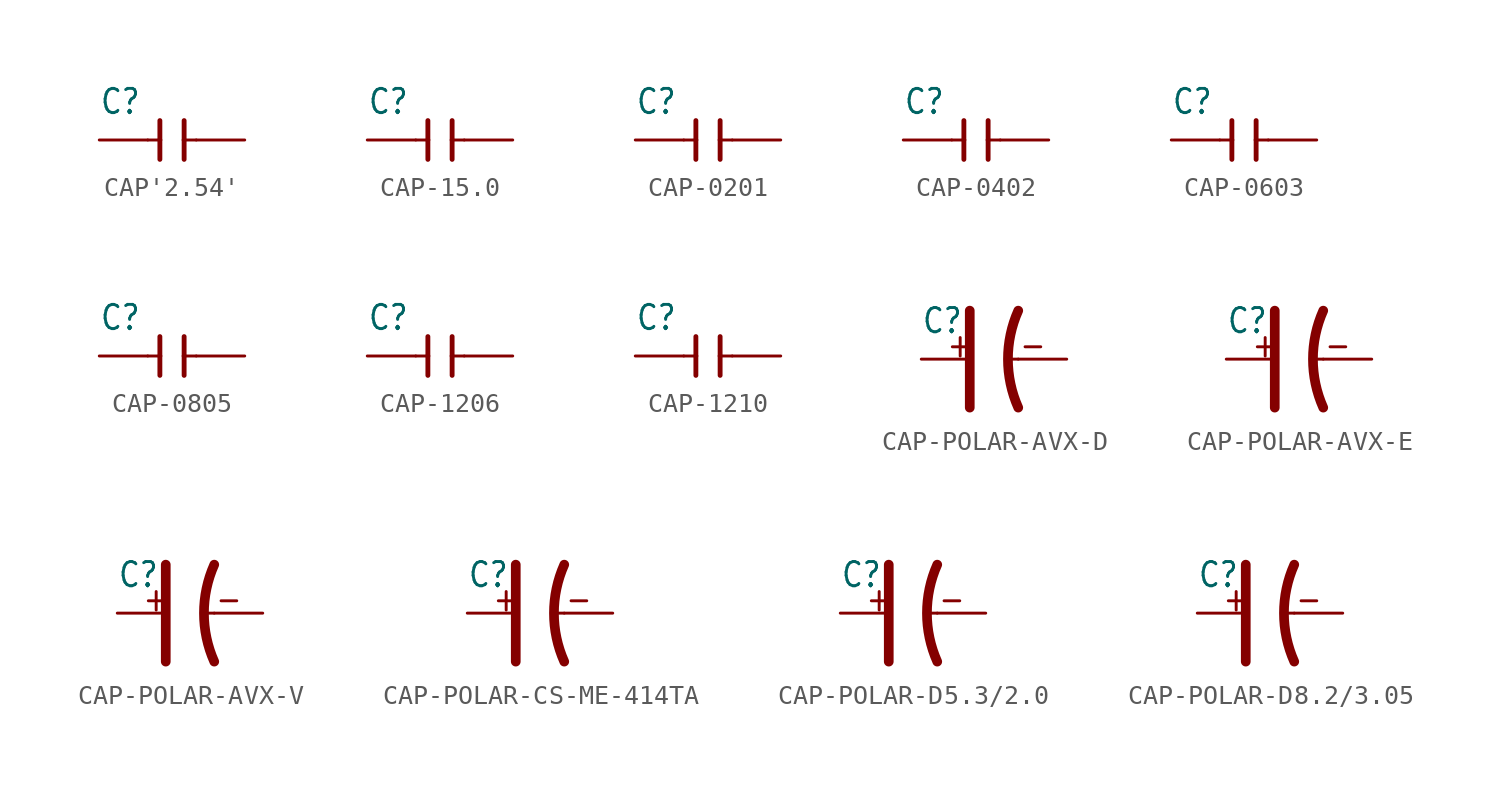
<source format=kicad_sym>
(kicad_symbol_lib
  (version 20220914)
  (generator kicad_symbol_editor)
  (symbol "CAP'2.54'"
    (property "Reference" "C"
      (at -3.81 1.27 0)
      (effects (font (size 1.27 1.079)) (justify left bottom)))
    (property "Value" ""
      (at 1.27 1.27 0)
      (effects (font (size 1.27 1.079)) (justify left bottom)))
    (property "ki_locked" ""
      (at 0 0 0)
      (effects (font (size 1.27 1.27))))
    (symbol "CAP'2.54'_1_0"
      (polyline (pts (xy -1.27 0) (xy -0.635 0)) (stroke (width 0.152) (type solid)) (fill (type none)))
      (polyline (pts (xy -0.635 -1.016) (xy -0.635 0)) (stroke (width 0.254) (type solid)) (fill (type none)))
      (polyline (pts (xy -0.635 0) (xy -0.635 1.016)) (stroke (width 0.254) (type solid)) (fill (type none)))
      (polyline (pts (xy 0.635 0) (xy 0.635 -1.016)) (stroke (width 0.254) (type solid)) (fill (type none)))
      (polyline (pts (xy 0.635 0) (xy 1.27 0)) (stroke (width 0.152) (type solid)) (fill (type none)))
      (polyline (pts (xy 0.635 1.016) (xy 0.635 0)) (stroke (width 0.254) (type solid)) (fill (type none)))
      (pin passive line (at -3.81 0 0) (length 2.54) (name "1" (effects (font (size 0 0)))) (number "1" (effects (font (size 0 0)))))
      (pin passive line (at 3.81 0 180) (length 2.54) (name "2" (effects (font (size 0 0)))) (number "2" (effects (font (size 0 0)))))))
  (symbol "CAP-15.0"
    (property "Reference" "C"
      (at -3.81 1.27 0)
      (effects (font (size 1.27 1.079)) (justify left bottom)))
    (property "Value" ""
      (at 1.27 1.27 0)
      (effects (font (size 1.27 1.079)) (justify left bottom)))
    (property "ki_locked" ""
      (at 0 0 0)
      (effects (font (size 1.27 1.27))))
    (symbol "CAP-15.0_1_0"
      (polyline (pts (xy -1.27 0) (xy -0.635 0)) (stroke (width 0.152) (type solid)) (fill (type none)))
      (polyline (pts (xy -0.635 -1.016) (xy -0.635 0)) (stroke (width 0.254) (type solid)) (fill (type none)))
      (polyline (pts (xy -0.635 0) (xy -0.635 1.016)) (stroke (width 0.254) (type solid)) (fill (type none)))
      (polyline (pts (xy 0.635 0) (xy 0.635 -1.016)) (stroke (width 0.254) (type solid)) (fill (type none)))
      (polyline (pts (xy 0.635 0) (xy 1.27 0)) (stroke (width 0.152) (type solid)) (fill (type none)))
      (polyline (pts (xy 0.635 1.016) (xy 0.635 0)) (stroke (width 0.254) (type solid)) (fill (type none)))
      (pin passive line (at -3.81 0 0) (length 2.54) (name "1" (effects (font (size 0 0)))) (number "1" (effects (font (size 0 0)))))
      (pin passive line (at 3.81 0 180) (length 2.54) (name "2" (effects (font (size 0 0)))) (number "2" (effects (font (size 0 0)))))))
  (symbol "CAP-0201"
    (property "Reference" "C"
      (at -3.81 1.27 0)
      (effects (font (size 1.27 1.079)) (justify left bottom)))
    (property "Value" ""
      (at 1.27 1.27 0)
      (effects (font (size 1.27 1.079)) (justify left bottom)))
    (property "ki_locked" ""
      (at 0 0 0)
      (effects (font (size 1.27 1.27))))
    (symbol "CAP-0201_1_0"
      (polyline (pts (xy -1.27 0) (xy -0.635 0)) (stroke (width 0.152) (type solid)) (fill (type none)))
      (polyline (pts (xy -0.635 -1.016) (xy -0.635 0)) (stroke (width 0.254) (type solid)) (fill (type none)))
      (polyline (pts (xy -0.635 0) (xy -0.635 1.016)) (stroke (width 0.254) (type solid)) (fill (type none)))
      (polyline (pts (xy 0.635 0) (xy 0.635 -1.016)) (stroke (width 0.254) (type solid)) (fill (type none)))
      (polyline (pts (xy 0.635 0) (xy 1.27 0)) (stroke (width 0.152) (type solid)) (fill (type none)))
      (polyline (pts (xy 0.635 1.016) (xy 0.635 0)) (stroke (width 0.254) (type solid)) (fill (type none)))
      (pin passive line (at -3.81 0 0) (length 2.54) (name "1" (effects (font (size 0 0)))) (number "1" (effects (font (size 0 0)))))
      (pin passive line (at 3.81 0 180) (length 2.54) (name "2" (effects (font (size 0 0)))) (number "2" (effects (font (size 0 0)))))))
  (symbol "CAP-0402"
    (property "Reference" "C"
      (at -3.81 1.27 0)
      (effects (font (size 1.27 1.079)) (justify left bottom)))
    (property "Value" ""
      (at 1.27 1.27 0)
      (effects (font (size 1.27 1.079)) (justify left bottom)))
    (property "ki_locked" ""
      (at 0 0 0)
      (effects (font (size 1.27 1.27))))
    (symbol "CAP-0402_1_0"
      (polyline (pts (xy -1.27 0) (xy -0.635 0)) (stroke (width 0.152) (type solid)) (fill (type none)))
      (polyline (pts (xy -0.635 -1.016) (xy -0.635 0)) (stroke (width 0.254) (type solid)) (fill (type none)))
      (polyline (pts (xy -0.635 0) (xy -0.635 1.016)) (stroke (width 0.254) (type solid)) (fill (type none)))
      (polyline (pts (xy 0.635 0) (xy 0.635 -1.016)) (stroke (width 0.254) (type solid)) (fill (type none)))
      (polyline (pts (xy 0.635 0) (xy 1.27 0)) (stroke (width 0.152) (type solid)) (fill (type none)))
      (polyline (pts (xy 0.635 1.016) (xy 0.635 0)) (stroke (width 0.254) (type solid)) (fill (type none)))
      (pin passive line (at -3.81 0 0) (length 2.54) (name "1" (effects (font (size 0 0)))) (number "1" (effects (font (size 0 0)))))
      (pin passive line (at 3.81 0 180) (length 2.54) (name "2" (effects (font (size 0 0)))) (number "2" (effects (font (size 0 0)))))))
  (symbol "CAP-0603"
    (property "Reference" "C"
      (at -3.81 1.27 0)
      (effects (font (size 1.27 1.079)) (justify left bottom)))
    (property "Value" ""
      (at 1.27 1.27 0)
      (effects (font (size 1.27 1.079)) (justify left bottom)))
    (property "ki_locked" ""
      (at 0 0 0)
      (effects (font (size 1.27 1.27))))
    (symbol "CAP-0603_1_0"
      (polyline (pts (xy -1.27 0) (xy -0.635 0)) (stroke (width 0.152) (type solid)) (fill (type none)))
      (polyline (pts (xy -0.635 -1.016) (xy -0.635 0)) (stroke (width 0.254) (type solid)) (fill (type none)))
      (polyline (pts (xy -0.635 0) (xy -0.635 1.016)) (stroke (width 0.254) (type solid)) (fill (type none)))
      (polyline (pts (xy 0.635 0) (xy 0.635 -1.016)) (stroke (width 0.254) (type solid)) (fill (type none)))
      (polyline (pts (xy 0.635 0) (xy 1.27 0)) (stroke (width 0.152) (type solid)) (fill (type none)))
      (polyline (pts (xy 0.635 1.016) (xy 0.635 0)) (stroke (width 0.254) (type solid)) (fill (type none)))
      (pin passive line (at -3.81 0 0) (length 2.54) (name "1" (effects (font (size 0 0)))) (number "1" (effects (font (size 0 0)))))
      (pin passive line (at 3.81 0 180) (length 2.54) (name "2" (effects (font (size 0 0)))) (number "2" (effects (font (size 0 0)))))))
  (symbol "CAP-0805"
    (property "Reference" "C"
      (at -3.81 1.27 0)
      (effects (font (size 1.27 1.079)) (justify left bottom)))
    (property "Value" ""
      (at 1.27 1.27 0)
      (effects (font (size 1.27 1.079)) (justify left bottom)))
    (property "ki_locked" ""
      (at 0 0 0)
      (effects (font (size 1.27 1.27))))
    (symbol "CAP-0805_1_0"
      (polyline (pts (xy -1.27 0) (xy -0.635 0)) (stroke (width 0.152) (type solid)) (fill (type none)))
      (polyline (pts (xy -0.635 -1.016) (xy -0.635 0)) (stroke (width 0.254) (type solid)) (fill (type none)))
      (polyline (pts (xy -0.635 0) (xy -0.635 1.016)) (stroke (width 0.254) (type solid)) (fill (type none)))
      (polyline (pts (xy 0.635 0) (xy 0.635 -1.016)) (stroke (width 0.254) (type solid)) (fill (type none)))
      (polyline (pts (xy 0.635 0) (xy 1.27 0)) (stroke (width 0.152) (type solid)) (fill (type none)))
      (polyline (pts (xy 0.635 1.016) (xy 0.635 0)) (stroke (width 0.254) (type solid)) (fill (type none)))
      (pin passive line (at -3.81 0 0) (length 2.54) (name "1" (effects (font (size 0 0)))) (number "1" (effects (font (size 0 0)))))
      (pin passive line (at 3.81 0 180) (length 2.54) (name "2" (effects (font (size 0 0)))) (number "2" (effects (font (size 0 0)))))))
  (symbol "CAP-1206"
    (property "Reference" "C"
      (at -3.81 1.27 0)
      (effects (font (size 1.27 1.079)) (justify left bottom)))
    (property "Value" ""
      (at 1.27 1.27 0)
      (effects (font (size 1.27 1.079)) (justify left bottom)))
    (property "ki_locked" ""
      (at 0 0 0)
      (effects (font (size 1.27 1.27))))
    (symbol "CAP-1206_1_0"
      (polyline (pts (xy -1.27 0) (xy -0.635 0)) (stroke (width 0.152) (type solid)) (fill (type none)))
      (polyline (pts (xy -0.635 -1.016) (xy -0.635 0)) (stroke (width 0.254) (type solid)) (fill (type none)))
      (polyline (pts (xy -0.635 0) (xy -0.635 1.016)) (stroke (width 0.254) (type solid)) (fill (type none)))
      (polyline (pts (xy 0.635 0) (xy 0.635 -1.016)) (stroke (width 0.254) (type solid)) (fill (type none)))
      (polyline (pts (xy 0.635 0) (xy 1.27 0)) (stroke (width 0.152) (type solid)) (fill (type none)))
      (polyline (pts (xy 0.635 1.016) (xy 0.635 0)) (stroke (width 0.254) (type solid)) (fill (type none)))
      (pin passive line (at -3.81 0 0) (length 2.54) (name "1" (effects (font (size 0 0)))) (number "1" (effects (font (size 0 0)))))
      (pin passive line (at 3.81 0 180) (length 2.54) (name "2" (effects (font (size 0 0)))) (number "2" (effects (font (size 0 0)))))))
  (symbol "CAP-1210"
    (property "Reference" "C"
      (at -3.81 1.27 0)
      (effects (font (size 1.27 1.079)) (justify left bottom)))
    (property "Value" ""
      (at 1.27 1.27 0)
      (effects (font (size 1.27 1.079)) (justify left bottom)))
    (property "ki_locked" ""
      (at 0 0 0)
      (effects (font (size 1.27 1.27))))
    (symbol "CAP-1210_1_0"
      (polyline (pts (xy -1.27 0) (xy -0.635 0)) (stroke (width 0.152) (type solid)) (fill (type none)))
      (polyline (pts (xy -0.635 -1.016) (xy -0.635 0)) (stroke (width 0.254) (type solid)) (fill (type none)))
      (polyline (pts (xy -0.635 0) (xy -0.635 1.016)) (stroke (width 0.254) (type solid)) (fill (type none)))
      (polyline (pts (xy 0.635 0) (xy 0.635 -1.016)) (stroke (width 0.254) (type solid)) (fill (type none)))
      (polyline (pts (xy 0.635 0) (xy 1.27 0)) (stroke (width 0.152) (type solid)) (fill (type none)))
      (polyline (pts (xy 0.635 1.016) (xy 0.635 0)) (stroke (width 0.254) (type solid)) (fill (type none)))
      (pin passive line (at -3.81 0 0) (length 2.54) (name "1" (effects (font (size 0 0)))) (number "1" (effects (font (size 0 0)))))
      (pin passive line (at 3.81 0 180) (length 2.54) (name "2" (effects (font (size 0 0)))) (number "2" (effects (font (size 0 0)))))))
  (symbol "CAP-POLAR-AVX-D"
    (property "Reference" "C"
      (at -3.81 1.27 0)
      (effects (font (size 1.27 1.079)) (justify left bottom)))
    (property "Value" ""
      (at 1.27 1.27 0)
      (effects (font (size 1.27 1.079)) (justify left bottom)))
    (property "ki_locked" ""
      (at 0 0 0)
      (effects (font (size 1.27 1.27))))
    (symbol "CAP-POLAR-AVX-D_1_0"
      (polyline (pts (xy -1.27 2.54) (xy -1.27 -2.54)) (stroke (width 0.508) (type solid)) (fill (type none)))
      (polyline (pts (xy 1.27 0) (xy 0.635 0)) (stroke (width 0.152) (type solid)) (fill (type none)))
      (arc (start 1.27 2.54) (mid 0.731 0) (end 1.27 -2.5399) (stroke (width 0.508) (type solid)) (fill (type none)))
      (text "+" (at -2.54 0 0) (effects (font (size 1.27 1.079)) (justify left bottom)))
      (text "-" (at 1.27 0 0) (effects (font (size 1.27 1.079)) (justify left bottom)))
      (pin passive line (at -3.81 0 0) (length 2.54) (name "+" (effects (font (size 0 0)))) (number "+" (effects (font (size 0 0)))))
      (pin passive line (at 3.81 0 180) (length 2.54) (name "-" (effects (font (size 0 0)))) (number "-" (effects (font (size 0 0)))))))
  (symbol "CAP-POLAR-AVX-E"
    (property "Reference" "C"
      (at -3.81 1.27 0)
      (effects (font (size 1.27 1.079)) (justify left bottom)))
    (property "Value" ""
      (at 1.27 1.27 0)
      (effects (font (size 1.27 1.079)) (justify left bottom)))
    (property "ki_locked" ""
      (at 0 0 0)
      (effects (font (size 1.27 1.27))))
    (symbol "CAP-POLAR-AVX-E_1_0"
      (polyline (pts (xy -1.27 2.54) (xy -1.27 -2.54)) (stroke (width 0.508) (type solid)) (fill (type none)))
      (polyline (pts (xy 1.27 0) (xy 0.635 0)) (stroke (width 0.152) (type solid)) (fill (type none)))
      (arc (start 1.27 2.54) (mid 0.731 0) (end 1.27 -2.5399) (stroke (width 0.508) (type solid)) (fill (type none)))
      (text "+" (at -2.54 0 0) (effects (font (size 1.27 1.079)) (justify left bottom)))
      (text "-" (at 1.27 0 0) (effects (font (size 1.27 1.079)) (justify left bottom)))
      (pin passive line (at -3.81 0 0) (length 2.54) (name "+" (effects (font (size 0 0)))) (number "+" (effects (font (size 0 0)))))
      (pin passive line (at 3.81 0 180) (length 2.54) (name "-" (effects (font (size 0 0)))) (number "-" (effects (font (size 0 0)))))))
  (symbol "CAP-POLAR-AVX-V"
    (property "Reference" "C"
      (at -3.81 1.27 0)
      (effects (font (size 1.27 1.079)) (justify left bottom)))
    (property "Value" ""
      (at 1.27 1.27 0)
      (effects (font (size 1.27 1.079)) (justify left bottom)))
    (property "ki_locked" ""
      (at 0 0 0)
      (effects (font (size 1.27 1.27))))
    (symbol "CAP-POLAR-AVX-V_1_0"
      (polyline (pts (xy -1.27 2.54) (xy -1.27 -2.54)) (stroke (width 0.508) (type solid)) (fill (type none)))
      (polyline (pts (xy 1.27 0) (xy 0.635 0)) (stroke (width 0.152) (type solid)) (fill (type none)))
      (arc (start 1.27 2.54) (mid 0.731 0) (end 1.27 -2.5399) (stroke (width 0.508) (type solid)) (fill (type none)))
      (text "+" (at -2.54 0 0) (effects (font (size 1.27 1.079)) (justify left bottom)))
      (text "-" (at 1.27 0 0) (effects (font (size 1.27 1.079)) (justify left bottom)))
      (pin passive line (at -3.81 0 0) (length 2.54) (name "+" (effects (font (size 0 0)))) (number "+" (effects (font (size 0 0)))))
      (pin passive line (at 3.81 0 180) (length 2.54) (name "-" (effects (font (size 0 0)))) (number "-" (effects (font (size 0 0)))))))
  (symbol "CAP-POLAR-CS-ME-414TA"
    (property "Reference" "C"
      (at -3.81 1.27 0)
      (effects (font (size 1.27 1.079)) (justify left bottom)))
    (property "Value" ""
      (at 1.27 1.27 0)
      (effects (font (size 1.27 1.079)) (justify left bottom)))
    (property "ki_locked" ""
      (at 0 0 0)
      (effects (font (size 1.27 1.27))))
    (symbol "CAP-POLAR-CS-ME-414TA_1_0"
      (polyline (pts (xy -1.27 2.54) (xy -1.27 -2.54)) (stroke (width 0.508) (type solid)) (fill (type none)))
      (polyline (pts (xy 1.27 0) (xy 0.635 0)) (stroke (width 0.152) (type solid)) (fill (type none)))
      (arc (start 1.27 2.54) (mid 0.731 0) (end 1.27 -2.5399) (stroke (width 0.508) (type solid)) (fill (type none)))
      (text "+" (at -2.54 0 0) (effects (font (size 1.27 1.079)) (justify left bottom)))
      (text "-" (at 1.27 0 0) (effects (font (size 1.27 1.079)) (justify left bottom)))
      (pin passive line (at -3.81 0 0) (length 2.54) (name "+" (effects (font (size 0 0)))) (number "1" (effects (font (size 0 0)))))
      (pin passive line (at 3.81 0 180) (length 2.54) (name "-" (effects (font (size 0 0)))) (number "2" (effects (font (size 0 0)))))))
  (symbol "CAP-POLAR-D5.3/2.0"
    (property "Reference" "C"
      (at -3.81 1.27 0)
      (effects (font (size 1.27 1.079)) (justify left bottom)))
    (property "Value" ""
      (at 1.27 1.27 0)
      (effects (font (size 1.27 1.079)) (justify left bottom)))
    (property "ki_locked" ""
      (at 0 0 0)
      (effects (font (size 1.27 1.27))))
    (symbol "CAP-POLAR-D5.3/2.0_1_0"
      (polyline (pts (xy -1.27 2.54) (xy -1.27 -2.54)) (stroke (width 0.508) (type solid)) (fill (type none)))
      (polyline (pts (xy 1.27 0) (xy 0.635 0)) (stroke (width 0.152) (type solid)) (fill (type none)))
      (arc (start 1.27 2.54) (mid 0.731 0) (end 1.27 -2.5399) (stroke (width 0.508) (type solid)) (fill (type none)))
      (text "+" (at -2.54 0 0) (effects (font (size 1.27 1.079)) (justify left bottom)))
      (text "-" (at 1.27 0 0) (effects (font (size 1.27 1.079)) (justify left bottom)))
      (pin passive line (at -3.81 0 0) (length 2.54) (name "+" (effects (font (size 0 0)))) (number "+" (effects (font (size 0 0)))))
      (pin passive line (at 3.81 0 180) (length 2.54) (name "-" (effects (font (size 0 0)))) (number "-" (effects (font (size 0 0)))))))
  (symbol "CAP-POLAR-D8.2/3.05"
    (property "Reference" "C"
      (at -3.81 1.27 0)
      (effects (font (size 1.27 1.079)) (justify left bottom)))
    (property "Value" ""
      (at 1.27 1.27 0)
      (effects (font (size 1.27 1.079)) (justify left bottom)))
    (property "ki_locked" ""
      (at 0 0 0)
      (effects (font (size 1.27 1.27))))
    (symbol "CAP-POLAR-D8.2/3.05_1_0"
      (polyline (pts (xy -1.27 2.54) (xy -1.27 -2.54)) (stroke (width 0.508) (type solid)) (fill (type none)))
      (polyline (pts (xy 1.27 0) (xy 0.635 0)) (stroke (width 0.152) (type solid)) (fill (type none)))
      (arc (start 1.27 2.54) (mid 0.731 0) (end 1.27 -2.5399) (stroke (width 0.508) (type solid)) (fill (type none)))
      (text "+" (at -2.54 0 0) (effects (font (size 1.27 1.079)) (justify left bottom)))
      (text "-" (at 1.27 0 0) (effects (font (size 1.27 1.079)) (justify left bottom)))
      (pin passive line (at -3.81 0 0) (length 2.54) (name "+" (effects (font (size 0 0)))) (number "1" (effects (font (size 0 0)))))
      (pin passive line (at 3.81 0 180) (length 2.54) (name "-" (effects (font (size 0 0)))) (number "2" (effects (font (size 0 0))))))))
</source>
